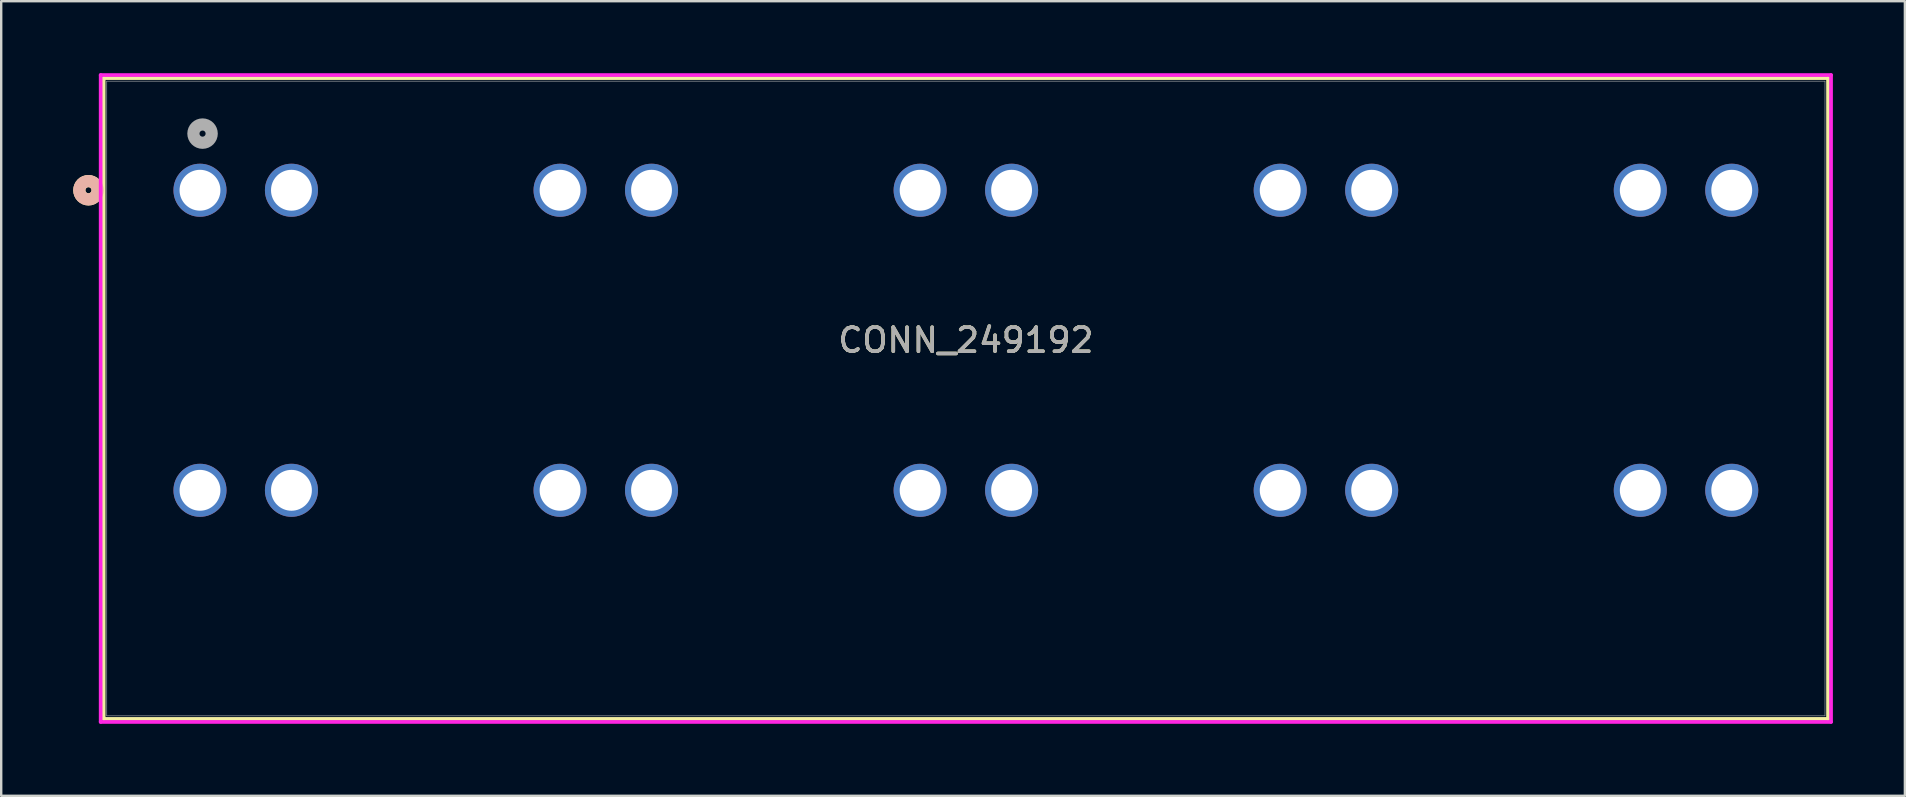
<source format=kicad_pcb>
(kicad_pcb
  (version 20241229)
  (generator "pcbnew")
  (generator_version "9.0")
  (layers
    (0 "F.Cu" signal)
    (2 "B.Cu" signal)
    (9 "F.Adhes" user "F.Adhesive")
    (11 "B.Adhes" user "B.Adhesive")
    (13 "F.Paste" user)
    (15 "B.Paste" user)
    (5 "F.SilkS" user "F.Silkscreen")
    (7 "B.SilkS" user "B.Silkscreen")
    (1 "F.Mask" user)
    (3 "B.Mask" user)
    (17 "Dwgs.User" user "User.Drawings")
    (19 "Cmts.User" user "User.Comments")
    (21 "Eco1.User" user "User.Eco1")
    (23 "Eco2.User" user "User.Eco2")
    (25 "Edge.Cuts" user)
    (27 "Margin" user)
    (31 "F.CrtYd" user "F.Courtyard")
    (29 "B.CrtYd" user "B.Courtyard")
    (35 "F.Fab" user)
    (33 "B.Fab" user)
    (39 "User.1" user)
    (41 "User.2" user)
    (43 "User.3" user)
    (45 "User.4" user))
  (footprint "CONN_249192"
    (layer "F.Cu")
    (at 5.281 4.875)
    (property "Reference" "CONN_249192" (at 31.905 6.25 0) (unlocked yes) (layer "F.SilkS") (effects (font (size 1 1) (thickness 0.15))))
    (attr through_hole)
    (fp_line (start -4.011 -4.672) (end -4.011 22.023) (stroke (width 0.152) (type solid)) (layer "F.SilkS"))
    (fp_line (start -4.011 22.023) (end 67.821 22.023) (stroke (width 0.152) (type solid)) (layer "F.SilkS"))
    (fp_line (start 67.821 -4.672) (end -4.011 -4.672) (stroke (width 0.152) (type solid)) (layer "F.SilkS"))
    (fp_line (start 67.821 22.023) (end 67.821 -4.672) (stroke (width 0.152) (type solid)) (layer "F.SilkS"))
    (fp_circle (center -4.646 0) (end -4.265 0) (stroke (width 0.508) (type solid)) (fill no) (layer "F.SilkS"))
    (fp_circle (center -4.646 0) (end -4.265 0) (stroke (width 0.508) (type solid)) (fill no) (layer "B.SilkS"))
    (fp_line (start -4.138 -4.799) (end -4.138 22.15) (stroke (width 0.152) (type solid)) (layer "F.CrtYd"))
    (fp_line (start -4.138 22.15) (end 67.948 22.15) (stroke (width 0.152) (type solid)) (layer "F.CrtYd"))
    (fp_line (start 67.948 -4.799) (end -4.138 -4.799) (stroke (width 0.152) (type solid)) (layer "F.CrtYd"))
    (fp_line (start 67.948 22.15) (end 67.948 -4.799) (stroke (width 0.152) (type solid)) (layer "F.CrtYd"))
    (fp_line (start -3.884 -4.545) (end -3.884 21.896) (stroke (width 0.025) (type solid)) (layer "F.Fab"))
    (fp_line (start -3.884 21.896) (end 67.694 21.896) (stroke (width 0.025) (type solid)) (layer "F.Fab"))
    (fp_line (start 67.694 -4.545) (end -3.884 -4.545) (stroke (width 0.025) (type solid)) (layer "F.Fab"))
    (fp_line (start 67.694 21.896) (end 67.694 -4.545) (stroke (width 0.025) (type solid)) (layer "F.Fab"))
    (fp_circle (center 0.107 -2.359) (end 0.488 -2.359) (stroke (width 0.508) (type solid)) (fill no) (layer "F.Fab"))
    (fp_text user "${REFERENCE}" (at 31.905 6.25 0) (unlocked yes) (layer "F.Fab") (effects (font (size 1 1) (thickness 0.15))))
    (pad "1" thru_hole circle (at 0 0) (size 2.21 2.21) (drill 1.702) (layers "*.Cu" "*.Mask"))
    (pad "2" thru_hole circle (at 0 12.5) (size 2.21 2.21) (drill 1.702) (layers "*.Cu" "*.Mask"))
    (pad "3" thru_hole circle (at 3.81 0) (size 2.21 2.21) (drill 1.702) (layers "*.Cu" "*.Mask"))
    (pad "4" thru_hole circle (at 3.81 12.5) (size 2.21 2.21) (drill 1.702) (layers "*.Cu" "*.Mask"))
    (pad "5" thru_hole circle (at 15 0) (size 2.21 2.21) (drill 1.702) (layers "*.Cu" "*.Mask"))
    (pad "6" thru_hole circle (at 15 12.5) (size 2.21 2.21) (drill 1.702) (layers "*.Cu" "*.Mask"))
    (pad "7" thru_hole circle (at 18.81 0) (size 2.21 2.21) (drill 1.702) (layers "*.Cu" "*.Mask"))
    (pad "8" thru_hole circle (at 18.81 12.5) (size 2.21 2.21) (drill 1.702) (layers "*.Cu" "*.Mask"))
    (pad "9" thru_hole circle (at 30 0) (size 2.21 2.21) (drill 1.702) (layers "*.Cu" "*.Mask"))
    (pad "10" thru_hole circle (at 30 12.5) (size 2.21 2.21) (drill 1.702) (layers "*.Cu" "*.Mask"))
    (pad "11" thru_hole circle (at 33.81 0) (size 2.21 2.21) (drill 1.702) (layers "*.Cu" "*.Mask"))
    (pad "12" thru_hole circle (at 33.81 12.5) (size 2.21 2.21) (drill 1.702) (layers "*.Cu" "*.Mask"))
    (pad "13" thru_hole circle (at 45 0) (size 2.21 2.21) (drill 1.702) (layers "*.Cu" "*.Mask"))
    (pad "14" thru_hole circle (at 45 12.5) (size 2.21 2.21) (drill 1.702) (layers "*.Cu" "*.Mask"))
    (pad "15" thru_hole circle (at 48.81 0) (size 2.21 2.21) (drill 1.702) (layers "*.Cu" "*.Mask"))
    (pad "16" thru_hole circle (at 48.81 12.5) (size 2.21 2.21) (drill 1.702) (layers "*.Cu" "*.Mask"))
    (pad "17" thru_hole circle (at 60 0) (size 2.21 2.21) (drill 1.702) (layers "*.Cu" "*.Mask"))
    (pad "18" thru_hole circle (at 60 12.5) (size 2.21 2.21) (drill 1.702) (layers "*.Cu" "*.Mask"))
    (pad "19" thru_hole circle (at 63.81 0) (size 2.21 2.21) (drill 1.702) (layers "*.Cu" "*.Mask"))
    (pad "20" thru_hole circle (at 63.81 12.5) (size 2.21 2.21) (drill 1.702) (layers "*.Cu" "*.Mask")))
  (gr_rect
    (start -3 -3)
    (end 76.304 30.102)
    (stroke (width 0.1) (type default))
    (fill no)
    (layer "Edge.Cuts")))
</source>
